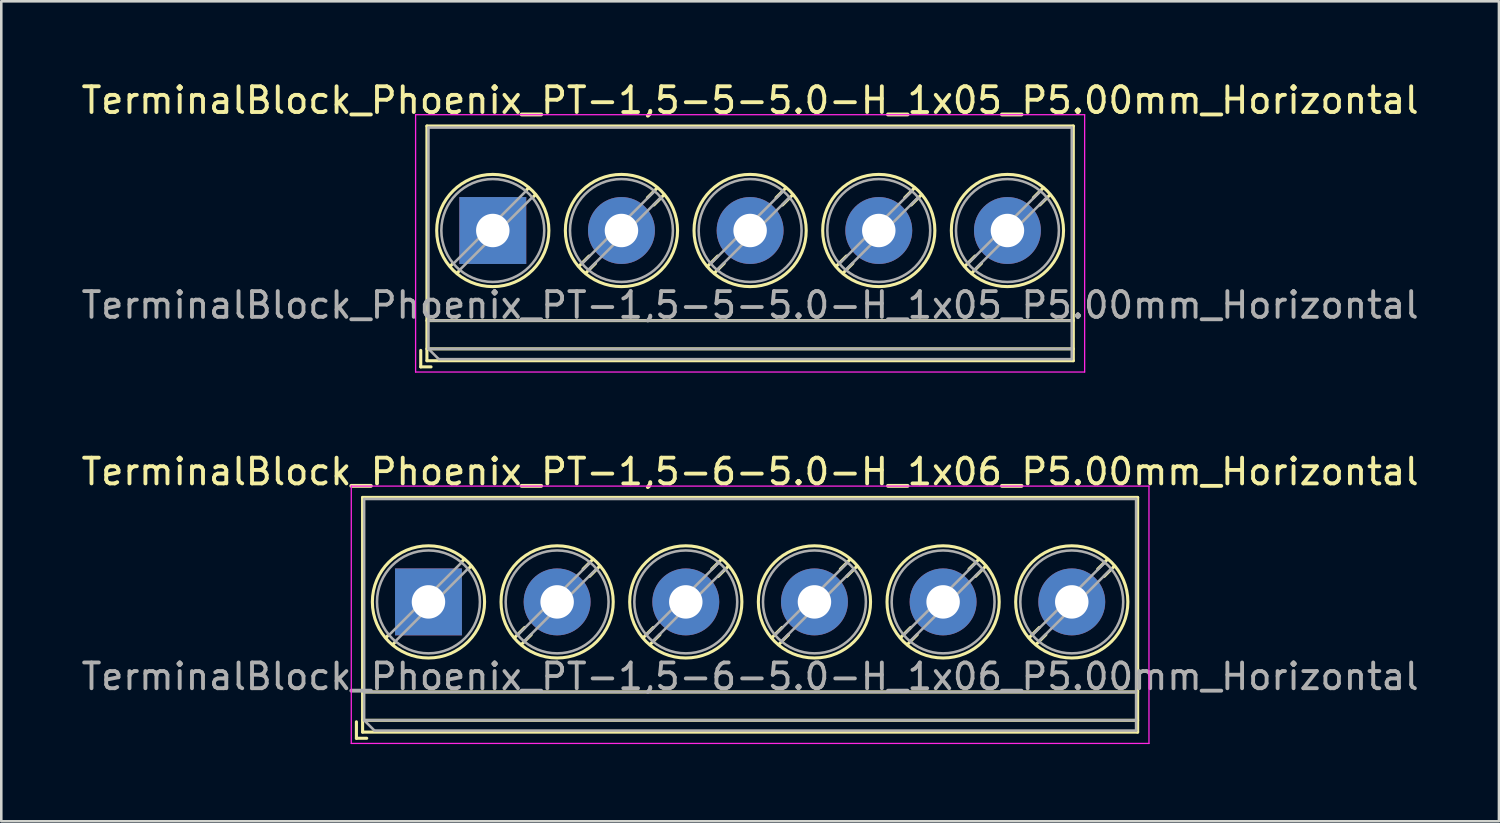
<source format=kicad_pcb>
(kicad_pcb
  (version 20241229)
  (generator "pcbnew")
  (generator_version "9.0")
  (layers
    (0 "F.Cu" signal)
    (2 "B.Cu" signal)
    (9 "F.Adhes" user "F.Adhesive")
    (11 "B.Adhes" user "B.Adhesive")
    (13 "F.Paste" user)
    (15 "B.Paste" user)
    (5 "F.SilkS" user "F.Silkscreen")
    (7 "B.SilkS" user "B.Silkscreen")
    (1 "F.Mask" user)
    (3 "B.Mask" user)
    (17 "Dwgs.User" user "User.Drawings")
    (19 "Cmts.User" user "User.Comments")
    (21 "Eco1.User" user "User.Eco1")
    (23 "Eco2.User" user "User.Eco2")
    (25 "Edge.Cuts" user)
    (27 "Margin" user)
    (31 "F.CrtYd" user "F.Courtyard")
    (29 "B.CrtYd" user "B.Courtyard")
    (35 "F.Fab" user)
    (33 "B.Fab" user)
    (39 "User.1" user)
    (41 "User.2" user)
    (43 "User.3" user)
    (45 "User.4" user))
  (footprint "TerminalBlock_Phoenix_PT-1,5-5-5.0-H_1x05_P5.00mm_Horizontal"
    (layer "F.Cu")
    (at 16.101 5.908)
    (property "Reference" "TerminalBlock_Phoenix_PT-1,5-5-5.0-H_1x05_P5.00mm_Horizontal" (at 10 -5.06 0) (layer "F.SilkS") (effects (font (size 1 1) (thickness 0.15))))
    (attr through_hole)
    (fp_line (start -2.8 4.66) (end -2.8 5.3) (stroke (width 0.12) (type solid)) (layer "F.SilkS"))
    (fp_line (start -2.8 5.3) (end -2.4 5.3) (stroke (width 0.12) (type solid)) (layer "F.SilkS"))
    (fp_line (start -2.56 -4.06) (end -2.56 5.06) (stroke (width 0.12) (type solid)) (layer "F.SilkS"))
    (fp_line (start -2.56 -4.06) (end 22.56 -4.06) (stroke (width 0.12) (type solid)) (layer "F.SilkS"))
    (fp_line (start -2.56 3.5) (end 22.56 3.5) (stroke (width 0.12) (type solid)) (layer "F.SilkS"))
    (fp_line (start -2.56 4.6) (end 22.56 4.6) (stroke (width 0.12) (type solid)) (layer "F.SilkS"))
    (fp_line (start -2.56 5.06) (end 22.56 5.06) (stroke (width 0.12) (type solid)) (layer "F.SilkS"))
    (fp_line (start -1.548 1.281) (end -1.654 1.388) (stroke (width 0.12) (type solid)) (layer "F.SilkS"))
    (fp_line (start -1.282 1.547) (end -1.388 1.654) (stroke (width 0.12) (type solid)) (layer "F.SilkS"))
    (fp_line (start 1.388 -1.654) (end 1.281 -1.547) (stroke (width 0.12) (type solid)) (layer "F.SilkS"))
    (fp_line (start 1.654 -1.388) (end 1.547 -1.281) (stroke (width 0.12) (type solid)) (layer "F.SilkS"))
    (fp_line (start 3.742 0.992) (end 3.347 1.388) (stroke (width 0.12) (type solid)) (layer "F.SilkS"))
    (fp_line (start 3.993 1.274) (end 3.613 1.654) (stroke (width 0.12) (type solid)) (layer "F.SilkS"))
    (fp_line (start 6.388 -1.654) (end 6.008 -1.274) (stroke (width 0.12) (type solid)) (layer "F.SilkS"))
    (fp_line (start 6.654 -1.388) (end 6.259 -0.992) (stroke (width 0.12) (type solid)) (layer "F.SilkS"))
    (fp_line (start 8.742 0.992) (end 8.347 1.388) (stroke (width 0.12) (type solid)) (layer "F.SilkS"))
    (fp_line (start 8.993 1.274) (end 8.613 1.654) (stroke (width 0.12) (type solid)) (layer "F.SilkS"))
    (fp_line (start 11.388 -1.654) (end 11.008 -1.274) (stroke (width 0.12) (type solid)) (layer "F.SilkS"))
    (fp_line (start 11.654 -1.388) (end 11.259 -0.992) (stroke (width 0.12) (type solid)) (layer "F.SilkS"))
    (fp_line (start 13.742 0.992) (end 13.347 1.388) (stroke (width 0.12) (type solid)) (layer "F.SilkS"))
    (fp_line (start 13.993 1.274) (end 13.613 1.654) (stroke (width 0.12) (type solid)) (layer "F.SilkS"))
    (fp_line (start 16.388 -1.654) (end 16.008 -1.274) (stroke (width 0.12) (type solid)) (layer "F.SilkS"))
    (fp_line (start 16.654 -1.388) (end 16.259 -0.992) (stroke (width 0.12) (type solid)) (layer "F.SilkS"))
    (fp_line (start 18.742 0.992) (end 18.347 1.388) (stroke (width 0.12) (type solid)) (layer "F.SilkS"))
    (fp_line (start 18.993 1.274) (end 18.613 1.654) (stroke (width 0.12) (type solid)) (layer "F.SilkS"))
    (fp_line (start 21.388 -1.654) (end 21.008 -1.274) (stroke (width 0.12) (type solid)) (layer "F.SilkS"))
    (fp_line (start 21.654 -1.388) (end 21.259 -0.992) (stroke (width 0.12) (type solid)) (layer "F.SilkS"))
    (fp_line (start 22.56 -4.06) (end 22.56 5.06) (stroke (width 0.12) (type solid)) (layer "F.SilkS"))
    (fp_circle (center 0 0) (end 2.18 0) (stroke (width 0.12) (type solid)) (fill no) (layer "F.SilkS"))
    (fp_circle (center 5 0) (end 7.18 0) (stroke (width 0.12) (type solid)) (fill no) (layer "F.SilkS"))
    (fp_circle (center 10 0) (end 12.18 0) (stroke (width 0.12) (type solid)) (fill no) (layer "F.SilkS"))
    (fp_circle (center 15 0) (end 17.18 0) (stroke (width 0.12) (type solid)) (fill no) (layer "F.SilkS"))
    (fp_circle (center 20 0) (end 22.18 0) (stroke (width 0.12) (type solid)) (fill no) (layer "F.SilkS"))
    (fp_line (start -3 -4.5) (end -3 5.5) (stroke (width 0.05) (type solid)) (layer "F.CrtYd"))
    (fp_line (start -3 5.5) (end 23 5.5) (stroke (width 0.05) (type solid)) (layer "F.CrtYd"))
    (fp_line (start 23 -4.5) (end -3 -4.5) (stroke (width 0.05) (type solid)) (layer "F.CrtYd"))
    (fp_line (start 23 5.5) (end 23 -4.5) (stroke (width 0.05) (type solid)) (layer "F.CrtYd"))
    (fp_line (start -2.5 -4) (end 22.5 -4) (stroke (width 0.1) (type solid)) (layer "F.Fab"))
    (fp_line (start -2.5 3.5) (end 22.5 3.5) (stroke (width 0.1) (type solid)) (layer "F.Fab"))
    (fp_line (start -2.5 4.6) (end -2.5 -4) (stroke (width 0.1) (type solid)) (layer "F.Fab"))
    (fp_line (start -2.5 4.6) (end 22.5 4.6) (stroke (width 0.1) (type solid)) (layer "F.Fab"))
    (fp_line (start -2.1 5) (end -2.5 4.6) (stroke (width 0.1) (type solid)) (layer "F.Fab"))
    (fp_line (start 1.273 -1.517) (end -1.517 1.273) (stroke (width 0.1) (type solid)) (layer "F.Fab"))
    (fp_line (start 1.517 -1.273) (end -1.273 1.517) (stroke (width 0.1) (type solid)) (layer "F.Fab"))
    (fp_line (start 6.273 -1.517) (end 3.484 1.273) (stroke (width 0.1) (type solid)) (layer "F.Fab"))
    (fp_line (start 6.517 -1.273) (end 3.728 1.517) (stroke (width 0.1) (type solid)) (layer "F.Fab"))
    (fp_line (start 11.273 -1.517) (end 8.484 1.273) (stroke (width 0.1) (type solid)) (layer "F.Fab"))
    (fp_line (start 11.517 -1.273) (end 8.728 1.517) (stroke (width 0.1) (type solid)) (layer "F.Fab"))
    (fp_line (start 16.273 -1.517) (end 13.484 1.273) (stroke (width 0.1) (type solid)) (layer "F.Fab"))
    (fp_line (start 16.517 -1.273) (end 13.728 1.517) (stroke (width 0.1) (type solid)) (layer "F.Fab"))
    (fp_line (start 21.273 -1.517) (end 18.484 1.273) (stroke (width 0.1) (type solid)) (layer "F.Fab"))
    (fp_line (start 21.517 -1.273) (end 18.728 1.517) (stroke (width 0.1) (type solid)) (layer "F.Fab"))
    (fp_line (start 22.5 -4) (end 22.5 5) (stroke (width 0.1) (type solid)) (layer "F.Fab"))
    (fp_line (start 22.5 5) (end -2.1 5) (stroke (width 0.1) (type solid)) (layer "F.Fab"))
    (fp_circle (center 0 0) (end 2 0) (stroke (width 0.1) (type solid)) (fill no) (layer "F.Fab"))
    (fp_circle (center 5 0) (end 7 0) (stroke (width 0.1) (type solid)) (fill no) (layer "F.Fab"))
    (fp_circle (center 10 0) (end 12 0) (stroke (width 0.1) (type solid)) (fill no) (layer "F.Fab"))
    (fp_circle (center 15 0) (end 17 0) (stroke (width 0.1) (type solid)) (fill no) (layer "F.Fab"))
    (fp_circle (center 20 0) (end 22 0) (stroke (width 0.1) (type solid)) (fill no) (layer "F.Fab"))
    (fp_text user "${REFERENCE}" (at 10 2.9 0) (layer "F.Fab") (effects (font (size 1 1) (thickness 0.15))))
    (pad "1" thru_hole rect (at 0 0) (size 2.6 2.6) (drill 1.3) (layers "*.Cu" "*.Mask"))
    (pad "2" thru_hole circle (at 5 0) (size 2.6 2.6) (drill 1.3) (layers "*.Cu" "*.Mask"))
    (pad "3" thru_hole circle (at 10 0) (size 2.6 2.6) (drill 1.3) (layers "*.Cu" "*.Mask"))
    (pad "4" thru_hole circle (at 15 0) (size 2.6 2.6) (drill 1.3) (layers "*.Cu" "*.Mask"))
    (pad "5" thru_hole circle (at 20 0) (size 2.6 2.6) (drill 1.3) (layers "*.Cu" "*.Mask")))
  (footprint "TerminalBlock_Phoenix_PT-1,5-6-5.0-H_1x06_P5.00mm_Horizontal"
    (layer "F.Cu")
    (at 13.601 20.341)
    (property "Reference" "TerminalBlock_Phoenix_PT-1,5-6-5.0-H_1x06_P5.00mm_Horizontal" (at 12.5 -5.06 0) (layer "F.SilkS") (effects (font (size 1 1) (thickness 0.15))))
    (attr through_hole)
    (fp_line (start -2.8 4.66) (end -2.8 5.3) (stroke (width 0.12) (type solid)) (layer "F.SilkS"))
    (fp_line (start -2.8 5.3) (end -2.4 5.3) (stroke (width 0.12) (type solid)) (layer "F.SilkS"))
    (fp_line (start -2.56 -4.06) (end -2.56 5.06) (stroke (width 0.12) (type solid)) (layer "F.SilkS"))
    (fp_line (start -2.56 -4.06) (end 27.56 -4.06) (stroke (width 0.12) (type solid)) (layer "F.SilkS"))
    (fp_line (start -2.56 3.5) (end 27.56 3.5) (stroke (width 0.12) (type solid)) (layer "F.SilkS"))
    (fp_line (start -2.56 4.6) (end 27.56 4.6) (stroke (width 0.12) (type solid)) (layer "F.SilkS"))
    (fp_line (start -2.56 5.06) (end 27.56 5.06) (stroke (width 0.12) (type solid)) (layer "F.SilkS"))
    (fp_line (start -1.548 1.281) (end -1.654 1.388) (stroke (width 0.12) (type solid)) (layer "F.SilkS"))
    (fp_line (start -1.282 1.547) (end -1.388 1.654) (stroke (width 0.12) (type solid)) (layer "F.SilkS"))
    (fp_line (start 1.388 -1.654) (end 1.281 -1.547) (stroke (width 0.12) (type solid)) (layer "F.SilkS"))
    (fp_line (start 1.654 -1.388) (end 1.547 -1.281) (stroke (width 0.12) (type solid)) (layer "F.SilkS"))
    (fp_line (start 3.742 0.992) (end 3.347 1.388) (stroke (width 0.12) (type solid)) (layer "F.SilkS"))
    (fp_line (start 3.993 1.274) (end 3.613 1.654) (stroke (width 0.12) (type solid)) (layer "F.SilkS"))
    (fp_line (start 6.388 -1.654) (end 6.008 -1.274) (stroke (width 0.12) (type solid)) (layer "F.SilkS"))
    (fp_line (start 6.654 -1.388) (end 6.259 -0.992) (stroke (width 0.12) (type solid)) (layer "F.SilkS"))
    (fp_line (start 8.742 0.992) (end 8.347 1.388) (stroke (width 0.12) (type solid)) (layer "F.SilkS"))
    (fp_line (start 8.993 1.274) (end 8.613 1.654) (stroke (width 0.12) (type solid)) (layer "F.SilkS"))
    (fp_line (start 11.388 -1.654) (end 11.008 -1.274) (stroke (width 0.12) (type solid)) (layer "F.SilkS"))
    (fp_line (start 11.654 -1.388) (end 11.259 -0.992) (stroke (width 0.12) (type solid)) (layer "F.SilkS"))
    (fp_line (start 13.742 0.992) (end 13.347 1.388) (stroke (width 0.12) (type solid)) (layer "F.SilkS"))
    (fp_line (start 13.993 1.274) (end 13.613 1.654) (stroke (width 0.12) (type solid)) (layer "F.SilkS"))
    (fp_line (start 16.388 -1.654) (end 16.008 -1.274) (stroke (width 0.12) (type solid)) (layer "F.SilkS"))
    (fp_line (start 16.654 -1.388) (end 16.259 -0.992) (stroke (width 0.12) (type solid)) (layer "F.SilkS"))
    (fp_line (start 18.742 0.992) (end 18.347 1.388) (stroke (width 0.12) (type solid)) (layer "F.SilkS"))
    (fp_line (start 18.993 1.274) (end 18.613 1.654) (stroke (width 0.12) (type solid)) (layer "F.SilkS"))
    (fp_line (start 21.388 -1.654) (end 21.008 -1.274) (stroke (width 0.12) (type solid)) (layer "F.SilkS"))
    (fp_line (start 21.654 -1.388) (end 21.259 -0.992) (stroke (width 0.12) (type solid)) (layer "F.SilkS"))
    (fp_line (start 23.742 0.992) (end 23.347 1.388) (stroke (width 0.12) (type solid)) (layer "F.SilkS"))
    (fp_line (start 23.993 1.274) (end 23.613 1.654) (stroke (width 0.12) (type solid)) (layer "F.SilkS"))
    (fp_line (start 26.388 -1.654) (end 26.008 -1.274) (stroke (width 0.12) (type solid)) (layer "F.SilkS"))
    (fp_line (start 26.654 -1.388) (end 26.259 -0.992) (stroke (width 0.12) (type solid)) (layer "F.SilkS"))
    (fp_line (start 27.56 -4.06) (end 27.56 5.06) (stroke (width 0.12) (type solid)) (layer "F.SilkS"))
    (fp_circle (center 0 0) (end 2.18 0) (stroke (width 0.12) (type solid)) (fill no) (layer "F.SilkS"))
    (fp_circle (center 5 0) (end 7.18 0) (stroke (width 0.12) (type solid)) (fill no) (layer "F.SilkS"))
    (fp_circle (center 10 0) (end 12.18 0) (stroke (width 0.12) (type solid)) (fill no) (layer "F.SilkS"))
    (fp_circle (center 15 0) (end 17.18 0) (stroke (width 0.12) (type solid)) (fill no) (layer "F.SilkS"))
    (fp_circle (center 20 0) (end 22.18 0) (stroke (width 0.12) (type solid)) (fill no) (layer "F.SilkS"))
    (fp_circle (center 25 0) (end 27.18 0) (stroke (width 0.12) (type solid)) (fill no) (layer "F.SilkS"))
    (fp_line (start -3 -4.5) (end -3 5.5) (stroke (width 0.05) (type solid)) (layer "F.CrtYd"))
    (fp_line (start -3 5.5) (end 28 5.5) (stroke (width 0.05) (type solid)) (layer "F.CrtYd"))
    (fp_line (start 28 -4.5) (end -3 -4.5) (stroke (width 0.05) (type solid)) (layer "F.CrtYd"))
    (fp_line (start 28 5.5) (end 28 -4.5) (stroke (width 0.05) (type solid)) (layer "F.CrtYd"))
    (fp_line (start -2.5 -4) (end 27.5 -4) (stroke (width 0.1) (type solid)) (layer "F.Fab"))
    (fp_line (start -2.5 3.5) (end 27.5 3.5) (stroke (width 0.1) (type solid)) (layer "F.Fab"))
    (fp_line (start -2.5 4.6) (end -2.5 -4) (stroke (width 0.1) (type solid)) (layer "F.Fab"))
    (fp_line (start -2.5 4.6) (end 27.5 4.6) (stroke (width 0.1) (type solid)) (layer "F.Fab"))
    (fp_line (start -2.1 5) (end -2.5 4.6) (stroke (width 0.1) (type solid)) (layer "F.Fab"))
    (fp_line (start 1.273 -1.517) (end -1.517 1.273) (stroke (width 0.1) (type solid)) (layer "F.Fab"))
    (fp_line (start 1.517 -1.273) (end -1.273 1.517) (stroke (width 0.1) (type solid)) (layer "F.Fab"))
    (fp_line (start 6.273 -1.517) (end 3.484 1.273) (stroke (width 0.1) (type solid)) (layer "F.Fab"))
    (fp_line (start 6.517 -1.273) (end 3.728 1.517) (stroke (width 0.1) (type solid)) (layer "F.Fab"))
    (fp_line (start 11.273 -1.517) (end 8.484 1.273) (stroke (width 0.1) (type solid)) (layer "F.Fab"))
    (fp_line (start 11.517 -1.273) (end 8.728 1.517) (stroke (width 0.1) (type solid)) (layer "F.Fab"))
    (fp_line (start 16.273 -1.517) (end 13.484 1.273) (stroke (width 0.1) (type solid)) (layer "F.Fab"))
    (fp_line (start 16.517 -1.273) (end 13.728 1.517) (stroke (width 0.1) (type solid)) (layer "F.Fab"))
    (fp_line (start 21.273 -1.517) (end 18.484 1.273) (stroke (width 0.1) (type solid)) (layer "F.Fab"))
    (fp_line (start 21.517 -1.273) (end 18.728 1.517) (stroke (width 0.1) (type solid)) (layer "F.Fab"))
    (fp_line (start 26.273 -1.517) (end 23.484 1.273) (stroke (width 0.1) (type solid)) (layer "F.Fab"))
    (fp_line (start 26.517 -1.273) (end 23.728 1.517) (stroke (width 0.1) (type solid)) (layer "F.Fab"))
    (fp_line (start 27.5 -4) (end 27.5 5) (stroke (width 0.1) (type solid)) (layer "F.Fab"))
    (fp_line (start 27.5 5) (end -2.1 5) (stroke (width 0.1) (type solid)) (layer "F.Fab"))
    (fp_circle (center 0 0) (end 2 0) (stroke (width 0.1) (type solid)) (fill no) (layer "F.Fab"))
    (fp_circle (center 5 0) (end 7 0) (stroke (width 0.1) (type solid)) (fill no) (layer "F.Fab"))
    (fp_circle (center 10 0) (end 12 0) (stroke (width 0.1) (type solid)) (fill no) (layer "F.Fab"))
    (fp_circle (center 15 0) (end 17 0) (stroke (width 0.1) (type solid)) (fill no) (layer "F.Fab"))
    (fp_circle (center 20 0) (end 22 0) (stroke (width 0.1) (type solid)) (fill no) (layer "F.Fab"))
    (fp_circle (center 25 0) (end 27 0) (stroke (width 0.1) (type solid)) (fill no) (layer "F.Fab"))
    (fp_text user "${REFERENCE}" (at 12.5 2.9 0) (layer "F.Fab") (effects (font (size 1 1) (thickness 0.15))))
    (pad "1" thru_hole rect (at 0 0) (size 2.6 2.6) (drill 1.3) (layers "*.Cu" "*.Mask"))
    (pad "2" thru_hole circle (at 5 0) (size 2.6 2.6) (drill 1.3) (layers "*.Cu" "*.Mask"))
    (pad "3" thru_hole circle (at 10 0) (size 2.6 2.6) (drill 1.3) (layers "*.Cu" "*.Mask"))
    (pad "4" thru_hole circle (at 15 0) (size 2.6 2.6) (drill 1.3) (layers "*.Cu" "*.Mask"))
    (pad "5" thru_hole circle (at 20 0) (size 2.6 2.6) (drill 1.3) (layers "*.Cu" "*.Mask"))
    (pad "6" thru_hole circle (at 25 0) (size 2.6 2.6) (drill 1.3) (layers "*.Cu" "*.Mask")))
  (gr_rect
    (start -3 -3)
    (end 55.202 28.866)
    (stroke (width 0.1) (type default))
    (fill no)
    (layer "Edge.Cuts")))
</source>
